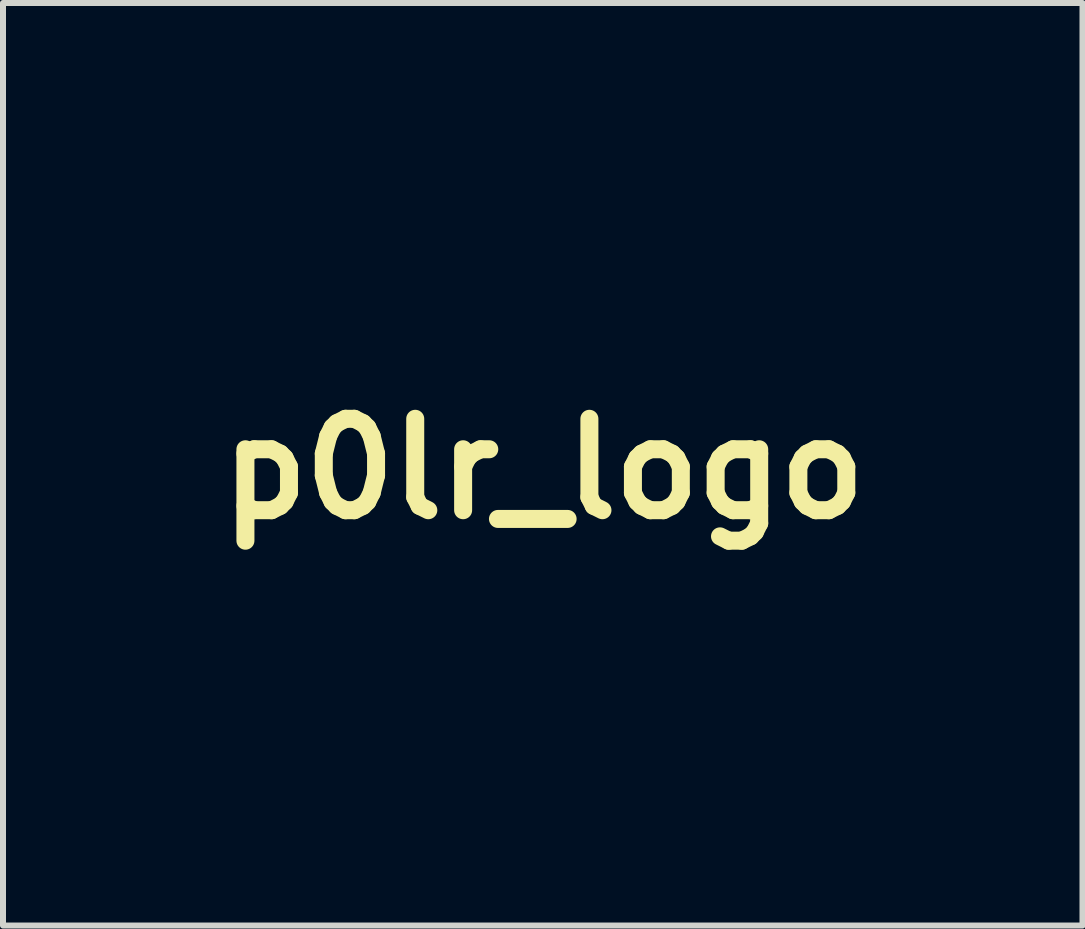
<source format=kicad_pcb>
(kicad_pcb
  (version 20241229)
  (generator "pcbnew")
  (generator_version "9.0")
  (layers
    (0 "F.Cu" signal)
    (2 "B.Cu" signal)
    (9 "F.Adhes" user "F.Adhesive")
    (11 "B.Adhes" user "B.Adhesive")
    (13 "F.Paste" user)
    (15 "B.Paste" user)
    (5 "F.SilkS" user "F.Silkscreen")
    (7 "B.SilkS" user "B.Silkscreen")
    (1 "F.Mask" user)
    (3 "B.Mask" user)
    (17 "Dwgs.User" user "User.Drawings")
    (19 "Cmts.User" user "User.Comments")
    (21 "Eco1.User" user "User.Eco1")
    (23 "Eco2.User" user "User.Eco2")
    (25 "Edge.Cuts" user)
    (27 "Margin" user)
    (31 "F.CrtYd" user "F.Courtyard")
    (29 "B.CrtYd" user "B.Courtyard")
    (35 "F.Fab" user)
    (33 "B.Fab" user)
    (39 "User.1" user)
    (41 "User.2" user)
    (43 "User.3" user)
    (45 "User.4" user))
  (footprint "p0lr_logo"
    (layer "F.Cu")
    (at 6.012 4.765)
    (property "Reference" "p0lr_logo" (at 0 0 0) (layer "F.SilkS") (effects (font (size 1.524 1.524) (thickness 0.3))))
    (attr board_only exclude_from_pos_files exclude_from_bom)
    (fp_poly (pts (xy 1.951 4.301) (xy 2.002 4.325) (xy 2.051 4.338) (xy 2.122 4.346) (xy 2.175 4.348) (xy 2.296 4.348) (xy 2.296 4.552) (xy 1.118 4.552) (xy 1.118 4.348) (xy 1.238 4.348) (xy 1.314 4.345) (xy 1.367 4.332) (xy 1.411 4.304) (xy 1.421 4.296) (xy 1.483 4.243) (xy 1.483 1.402) (xy 1.118 1.402) (xy 1.118 1.201) (xy 1.295 1.148) (xy 1.388 1.12) (xy 1.477 1.093) (xy 1.548 1.071) (xy 1.563 1.066) (xy 1.631 1.051) (xy 1.719 1.04) (xy 1.802 1.036) (xy 1.951 1.036)) (stroke (width 0) (type solid)) (fill yes) (layer "F.Mask"))
    (fp_poly (pts (xy 4.061 2.205) (xy 4.116 2.215) (xy 4.206 2.24) (xy 4.206 2.764) (xy 4.098 2.764) (xy 4.024 2.759) (xy 3.978 2.744) (xy 3.95 2.721) (xy 3.868 2.656) (xy 3.773 2.63) (xy 3.668 2.64) (xy 3.554 2.688) (xy 3.433 2.772) (xy 3.363 2.836) (xy 3.272 2.925) (xy 3.272 4.283) (xy 3.319 4.314) (xy 3.361 4.33) (xy 3.431 4.346) (xy 3.514 4.358) (xy 3.532 4.36) (xy 3.698 4.374) (xy 3.698 4.552) (xy 2.479 4.552) (xy 2.479 4.374) (xy 2.616 4.359) (xy 2.69 4.349) (xy 2.748 4.336) (xy 2.779 4.324) (xy 2.785 4.309) (xy 2.791 4.275) (xy 2.795 4.219) (xy 2.798 4.138) (xy 2.801 4.028) (xy 2.803 3.888) (xy 2.804 3.713) (xy 2.804 3.501) (xy 2.804 3.452) (xy 2.804 2.601) (xy 2.477 2.601) (xy 2.483 2.505) (xy 2.489 2.41) (xy 2.753 2.333) (xy 2.922 2.289) (xy 3.056 2.263) (xy 3.145 2.256) (xy 3.272 2.256) (xy 3.272 2.454) (xy 3.273 2.652) (xy 3.344 2.57) (xy 3.436 2.47) (xy 3.513 2.392) (xy 3.586 2.327) (xy 3.646 2.28) (xy 3.708 2.238) (xy 3.761 2.214) (xy 3.824 2.202) (xy 3.886 2.198) (xy 3.974 2.197)) (stroke (width 0) (type solid)) (fill yes) (layer "F.Mask"))
    (fp_poly (pts (xy -3.774 1.342) (xy -3.596 1.342) (xy -3.424 1.344) (xy -3.265 1.346) (xy -3.124 1.35) (xy -3.007 1.353) (xy -2.92 1.357) (xy -2.87 1.362) (xy -2.672 1.405) (xy -2.493 1.48) (xy -2.339 1.585) (xy -2.285 1.635) (xy -2.207 1.72) (xy -2.151 1.797) (xy -2.113 1.877) (xy -2.088 1.972) (xy -2.071 2.093) (xy -2.067 2.132) (xy -2.061 2.362) (xy -2.09 2.571) (xy -2.153 2.759) (xy -2.248 2.923) (xy -2.376 3.064) (xy -2.535 3.179) (xy -2.723 3.268) (xy -2.941 3.33) (xy -3.08 3.353) (xy -3.207 3.364) (xy -3.343 3.366) (xy -3.44 3.362) (xy -3.618 3.348) (xy -3.612 3.823) (xy -3.607 4.298) (xy -3.419 4.316) (xy -3.231 4.335) (xy -3.231 4.552) (xy -4.491 4.552) (xy -4.491 4.333) (xy -4.343 4.319) (xy -4.267 4.309) (xy -4.206 4.297) (xy -4.172 4.284) (xy -4.171 4.283) (xy -4.165 4.271) (xy -4.161 4.24) (xy -4.157 4.189) (xy -4.154 4.116) (xy -4.151 4.018) (xy -4.149 3.893) (xy -4.147 3.737) (xy -4.146 3.55) (xy -4.146 3.327) (xy -4.145 3.068) (xy -4.145 2.943) (xy -4.145 1.625) (xy -4.197 1.605) (xy -4.244 1.595) (xy -4.316 1.587) (xy -4.39 1.585) (xy -3.617 1.585) (xy -3.617 3.066) (xy -3.561 3.075) (xy -3.518 3.079) (xy -3.446 3.081) (xy -3.355 3.081) (xy -3.279 3.08) (xy -3.176 3.078) (xy -3.102 3.072) (xy -3.045 3.061) (xy -2.993 3.044) (xy -2.936 3.018) (xy -2.934 3.016) (xy -2.827 2.946) (xy -2.731 2.852) (xy -2.656 2.746) (xy -2.617 2.657) (xy -2.606 2.596) (xy -2.597 2.503) (xy -2.592 2.387) (xy -2.591 2.296) (xy -2.591 2.022) (xy -2.673 1.891) (xy -2.723 1.818) (xy -2.769 1.767) (xy -2.827 1.727) (xy -2.892 1.692) (xy -2.961 1.66) (xy -3.024 1.638) (xy -3.093 1.623) (xy -3.181 1.611) (xy -3.257 1.604) (xy -3.356 1.597) (xy -3.447 1.59) (xy -3.517 1.586) (xy -3.551 1.585) (xy -3.617 1.585) (xy -4.39 1.585) (xy -4.531 1.585) (xy -4.531 1.341)) (stroke (width 0) (type solid)) (fill yes) (layer "F.Mask"))
    (fp_poly (pts (xy -0.408 1.049) (xy -0.212 1.098) (xy -0.026 1.186) (xy 0.145 1.311) (xy 0.192 1.355) (xy 0.265 1.44) (xy 0.342 1.555) (xy 0.416 1.687) (xy 0.484 1.827) (xy 0.538 1.964) (xy 0.569 2.07) (xy 0.625 2.35) (xy 0.658 2.614) (xy 0.665 2.856) (xy 0.663 2.92) (xy 0.635 3.209) (xy 0.587 3.477) (xy 0.519 3.721) (xy 0.432 3.938) (xy 0.327 4.125) (xy 0.212 4.272) (xy 0.134 4.343) (xy 0.035 4.417) (xy -0.073 4.487) (xy -0.178 4.544) (xy -0.266 4.581) (xy -0.27 4.582) (xy -0.362 4.6) (xy -0.478 4.61) (xy -0.605 4.612) (xy -0.729 4.606) (xy -0.838 4.593) (xy -0.904 4.576) (xy -0.98 4.542) (xy -1.072 4.49) (xy -1.17 4.427) (xy -1.265 4.359) (xy -1.348 4.292) (xy -1.408 4.234) (xy -1.428 4.209) (xy -1.534 4.033) (xy -1.624 3.849) (xy -1.695 3.67) (xy -1.721 3.584) (xy -1.737 3.519) (xy -1.75 3.46) (xy -1.76 3.401) (xy -1.767 3.334) (xy -1.773 3.253) (xy -1.777 3.152) (xy -1.78 3.023) (xy -1.782 2.865) (xy -1.784 2.691) (xy -1.784 2.549) (xy -1.784 2.549) (xy -1.237 2.549) (xy -1.237 2.699) (xy -1.235 2.881) (xy -1.235 2.906) (xy -1.233 3.076) (xy -1.23 3.211) (xy -1.227 3.317) (xy -1.223 3.399) (xy -1.218 3.465) (xy -1.21 3.518) (xy -1.2 3.566) (xy -1.187 3.614) (xy -1.174 3.658) (xy -1.121 3.822) (xy -1.073 3.951) (xy -1.025 4.052) (xy -0.976 4.131) (xy -0.92 4.194) (xy -0.856 4.246) (xy -0.821 4.269) (xy -0.707 4.325) (xy -0.601 4.345) (xy -0.493 4.329) (xy -0.393 4.286) (xy -0.299 4.232) (xy -0.223 4.174) (xy -0.161 4.107) (xy -0.109 4.023) (xy -0.061 3.916) (xy -0.013 3.779) (xy 0.012 3.698) (xy 0.089 3.444) (xy 0.089 2.225) (xy 0.021 2.002) (xy -0.027 1.85) (xy -0.073 1.73) (xy -0.12 1.635) (xy -0.173 1.555) (xy -0.236 1.483) (xy -0.264 1.455) (xy -0.354 1.381) (xy -0.442 1.338) (xy -0.539 1.322) (xy -0.658 1.331) (xy -0.7 1.338) (xy -0.773 1.354) (xy -0.825 1.377) (xy -0.873 1.418) (xy -0.91 1.457) (xy -0.969 1.527) (xy -1.015 1.594) (xy -1.054 1.669) (xy -1.091 1.763) (xy -1.132 1.886) (xy -1.134 1.89) (xy -1.164 1.988) (xy -1.188 2.074) (xy -1.207 2.154) (xy -1.22 2.236) (xy -1.23 2.324) (xy -1.235 2.426) (xy -1.237 2.549) (xy -1.784 2.549) (xy -1.781 2.432) (xy -1.773 2.332) (xy -1.758 2.242) (xy -1.737 2.152) (xy -1.708 2.055) (xy -1.668 1.944) (xy -1.622 1.818) (xy -1.563 1.678) (xy -1.5 1.564) (xy -1.423 1.46) (xy -1.321 1.352) (xy -1.297 1.328) (xy -1.164 1.217) (xy -1.029 1.137) (xy -0.878 1.081) (xy -0.825 1.068) (xy -0.613 1.039)) (stroke (width 0) (type solid)) (fill yes) (layer "F.Mask"))
    (fp_poly (pts (xy -2.187 -4.764) (xy -2.069 -4.763) (xy -2.012 -4.762) (xy -1.877 -4.758) (xy -1.752 -4.753) (xy -1.644 -4.747) (xy -1.559 -4.741) (xy -1.506 -4.734) (xy -1.498 -4.733) (xy -1.427 -4.72) (xy -1.346 -4.715) (xy -1.325 -4.715) (xy -1.247 -4.712) (xy -1.157 -4.702) (xy -1.118 -4.695) (xy -1.041 -4.684) (xy -0.943 -4.675) (xy -0.845 -4.67) (xy -0.838 -4.67) (xy -0.761 -4.666) (xy -0.703 -4.66) (xy -0.673 -4.653) (xy -0.671 -4.65) (xy -0.652 -4.641) (xy -0.607 -4.636) (xy -0.584 -4.636) (xy -0.514 -4.633) (xy -0.428 -4.624) (xy -0.376 -4.616) (xy -0.314 -4.607) (xy -0.222 -4.595) (xy -0.109 -4.582) (xy 0.016 -4.569) (xy 0.102 -4.561) (xy 0.306 -4.544) (xy 0.48 -4.538) (xy 0.631 -4.541) (xy 0.769 -4.556) (xy 0.901 -4.58) (xy 0.914 -4.583) (xy 1 -4.603) (xy 1.086 -4.621) (xy 1.138 -4.631) (xy 1.199 -4.642) (xy 1.285 -4.657) (xy 1.383 -4.674) (xy 1.429 -4.682) (xy 1.623 -4.707) (xy 1.823 -4.71) (xy 1.846 -4.709) (xy 1.955 -4.702) (xy 2.065 -4.691) (xy 2.169 -4.678) (xy 2.257 -4.663) (xy 2.322 -4.648) (xy 2.355 -4.634) (xy 2.357 -4.632) (xy 2.382 -4.62) (xy 2.431 -4.607) (xy 2.443 -4.604) (xy 2.492 -4.591) (xy 2.518 -4.575) (xy 2.52 -4.571) (xy 2.537 -4.556) (xy 2.569 -4.552) (xy 2.612 -4.545) (xy 2.63 -4.534) (xy 2.656 -4.518) (xy 2.704 -4.506) (xy 2.707 -4.505) (xy 2.764 -4.494) (xy 2.84 -4.477) (xy 2.896 -4.464) (xy 3.033 -4.436) (xy 3.199 -4.414) (xy 3.382 -4.398) (xy 3.572 -4.39) (xy 3.647 -4.389) (xy 3.739 -4.389) (xy 3.814 -4.388) (xy 3.864 -4.386) (xy 3.881 -4.384) (xy 3.875 -4.363) (xy 3.862 -4.316) (xy 3.85 -4.279) (xy 3.83 -4.209) (xy 3.822 -4.169) (xy 3.827 -4.15) (xy 3.845 -4.145) (xy 3.851 -4.145) (xy 3.878 -4.161) (xy 3.881 -4.175) (xy 3.891 -4.205) (xy 3.918 -4.26) (xy 3.957 -4.331) (xy 3.985 -4.38) (xy 4.049 -4.478) (xy 4.107 -4.547) (xy 4.169 -4.595) (xy 4.243 -4.629) (xy 4.279 -4.641) (xy 4.329 -4.637) (xy 4.377 -4.597) (xy 4.422 -4.529) (xy 4.459 -4.436) (xy 4.484 -4.326) (xy 4.488 -4.298) (xy 4.497 -4.238) (xy 4.512 -4.206) (xy 4.543 -4.19) (xy 4.587 -4.18) (xy 4.64 -4.166) (xy 4.67 -4.15) (xy 4.674 -4.144) (xy 4.69 -4.127) (xy 4.701 -4.125) (xy 4.734 -4.115) (xy 4.792 -4.089) (xy 4.865 -4.053) (xy 4.943 -4.01) (xy 5.016 -3.968) (xy 5.074 -3.93) (xy 5.08 -3.925) (xy 5.137 -3.879) (xy 5.185 -3.833) (xy 5.221 -3.792) (xy 5.239 -3.762) (xy 5.237 -3.748) (xy 5.21 -3.755) (xy 5.203 -3.758) (xy 5.151 -3.777) (xy 5.113 -3.774) (xy 5.1 -3.753) (xy 5.118 -3.73) (xy 5.161 -3.706) (xy 5.177 -3.7) (xy 5.22 -3.684) (xy 5.294 -3.656) (xy 5.39 -3.62) (xy 5.501 -3.579) (xy 5.601 -3.541) (xy 5.73 -3.492) (xy 5.825 -3.453) (xy 5.892 -3.423) (xy 5.936 -3.398) (xy 5.961 -3.376) (xy 5.972 -3.36) (xy 5.981 -3.311) (xy 5.972 -3.264) (xy 5.947 -3.234) (xy 5.934 -3.231) (xy 5.914 -3.214) (xy 5.902 -3.187) (xy 5.878 -3.141) (xy 5.84 -3.095) (xy 5.801 -3.043) (xy 5.778 -2.991) (xy 5.743 -2.925) (xy 5.682 -2.87) (xy 5.609 -2.837) (xy 5.598 -2.835) (xy 5.556 -2.83) (xy 5.483 -2.823) (xy 5.387 -2.815) (xy 5.279 -2.807) (xy 5.243 -2.805) (xy 4.868 -2.767) (xy 4.493 -2.706) (xy 4.128 -2.625) (xy 3.787 -2.526) (xy 3.736 -2.508) (xy 3.617 -2.467) (xy 3.531 -2.434) (xy 3.472 -2.409) (xy 3.434 -2.388) (xy 3.413 -2.369) (xy 3.408 -2.362) (xy 3.375 -2.34) (xy 3.355 -2.337) (xy 3.316 -2.324) (xy 3.269 -2.291) (xy 3.263 -2.286) (xy 3.223 -2.253) (xy 3.196 -2.236) (xy 3.193 -2.235) (xy 3.168 -2.223) (xy 3.137 -2.197) (xy 3.086 -2.157) (xy 3.048 -2.134) (xy 3.003 -2.108) (xy 2.978 -2.091) (xy 2.908 -2.034) (xy 2.863 -1.996) (xy 2.839 -1.967) (xy 2.83 -1.937) (xy 2.831 -1.899) (xy 2.836 -1.852) (xy 2.853 -1.697) (xy 2.873 -1.546) (xy 2.894 -1.409) (xy 2.915 -1.293) (xy 2.934 -1.208) (xy 2.936 -1.199) (xy 2.959 -1.119) (xy 2.986 -1.023) (xy 3.008 -0.941) (xy 3.032 -0.861) (xy 3.065 -0.763) (xy 3.102 -0.657) (xy 3.14 -0.556) (xy 3.174 -0.468) (xy 3.201 -0.405) (xy 3.207 -0.393) (xy 3.224 -0.361) (xy 3.254 -0.301) (xy 3.294 -0.221) (xy 3.339 -0.13) (xy 3.343 -0.122) (xy 3.389 -0.031) (xy 3.431 0.049) (xy 3.465 0.11) (xy 3.486 0.143) (xy 3.487 0.144) (xy 3.51 0.181) (xy 3.515 0.2) (xy 3.526 0.222) (xy 3.531 0.224) (xy 3.549 0.24) (xy 3.569 0.281) (xy 3.57 0.284) (xy 3.602 0.334) (xy 3.634 0.345) (xy 3.679 0.361) (xy 3.702 0.383) (xy 3.742 0.41) (xy 3.821 0.433) (xy 3.876 0.444) (xy 3.991 0.469) (xy 4.094 0.503) (xy 4.178 0.544) (xy 4.234 0.587) (xy 4.255 0.621) (xy 4.262 0.641) (xy 4.275 0.655) (xy 4.3 0.664) (xy 4.346 0.669) (xy 4.419 0.673) (xy 4.516 0.675) (xy 4.765 0.681) (xy 4.771 0.77) (xy 4.77 0.84) (xy 4.752 0.876) (xy 4.751 0.877) (xy 4.729 0.878) (xy 4.667 0.879) (xy 4.569 0.881) (xy 4.435 0.882) (xy 4.267 0.883) (xy 4.066 0.885) (xy 3.835 0.886) (xy 3.576 0.887) (xy 3.289 0.888) (xy 2.977 0.889) (xy 2.641 0.89) (xy 2.283 0.891) (xy 1.904 0.892) (xy 1.507 0.892) (xy 1.093 0.893) (xy 0.663 0.893) (xy 0.22 0.894) (xy -0.236 0.894) (xy -0.636 0.894) (xy -1.196 0.894) (xy -1.717 0.894) (xy -2.201 0.894) (xy -2.647 0.893) (xy -3.059 0.893) (xy -3.437 0.893) (xy -3.782 0.892) (xy -4.096 0.892) (xy -4.381 0.891) (xy -4.637 0.891) (xy -4.866 0.89) (xy -5.069 0.889) (xy -5.248 0.888) (xy -5.405 0.886) (xy -5.539 0.885) (xy -5.654 0.883) (xy -5.749 0.882) (xy -5.828 0.88) (xy -5.89 0.878) (xy -5.937 0.875) (xy -5.971 0.873) (xy -5.993 0.87) (xy -6.004 0.868) (xy -6.007 0.866) (xy -6.012 0.828) (xy -6.012 0.771) (xy -6.011 0.759) (xy -6.005 0.681) (xy -5.751 0.675) (xy -5.653 0.671) (xy -5.569 0.666) (xy -5.509 0.659) (xy -5.48 0.652) (xy -5.479 0.651) (xy -5.475 0.623) (xy -5.485 0.568) (xy -5.491 0.548) (xy -4.288 0.548) (xy -4.287 0.613) (xy -4.277 0.653) (xy -4.274 0.657) (xy -4.249 0.662) (xy -4.193 0.667) (xy -4.113 0.67) (xy -4.028 0.671) (xy -3.928 0.67) (xy -3.862 0.669) (xy -3.824 0.664) (xy -3.806 0.656) (xy -3.803 0.641) (xy -3.806 0.625) (xy -3.843 0.431) (xy -3.856 0.263) (xy -3.846 0.132) (xy -3.843 0.115) (xy -2.678 0.115) (xy -2.662 0.23) (xy -2.623 0.329) (xy -2.559 0.42) (xy -2.501 0.481) (xy -2.445 0.533) (xy -2.399 0.571) (xy -2.371 0.589) (xy -2.368 0.589) (xy -2.339 0.603) (xy -2.311 0.63) (xy -2.302 0.639) (xy -2.29 0.647) (xy -2.272 0.653) (xy -2.244 0.658) (xy -2.202 0.662) (xy -2.144 0.665) (xy -2.066 0.667) (xy -1.965 0.669) (xy -1.837 0.67) (xy -1.678 0.67) (xy -1.487 0.671) (xy -1.258 0.671) (xy -1.235 0.671) (xy -0.193 0.671) (xy -0.195 0.537) (xy 1.094 0.537) (xy 1.118 0.545) (xy 1.172 0.551) (xy 1.25 0.558) (xy 1.332 0.566) (xy 1.397 0.575) (xy 1.436 0.583) (xy 1.443 0.586) (xy 1.466 0.603) (xy 1.511 0.628) (xy 1.524 0.634) (xy 1.567 0.645) (xy 1.639 0.655) (xy 1.734 0.663) (xy 1.844 0.668) (xy 1.964 0.672) (xy 2.086 0.673) (xy 2.204 0.672) (xy 2.31 0.669) (xy 2.399 0.664) (xy 2.463 0.656) (xy 2.496 0.646) (xy 2.499 0.641) (xy 2.482 0.612) (xy 2.459 0.599) (xy 2.426 0.581) (xy 2.418 0.568) (xy 2.402 0.549) (xy 2.397 0.549) (xy 2.371 0.536) (xy 2.328 0.503) (xy 2.3 0.479) (xy 2.241 0.426) (xy 2.182 0.377) (xy 2.164 0.362) (xy 2.114 0.318) (xy 2.055 0.261) (xy 2.029 0.234) (xy 1.971 0.17) (xy 1.906 0.098) (xy 1.872 0.061) (xy 1.828 0.008) (xy 1.797 -0.035) (xy 1.788 -0.056) (xy 1.775 -0.079) (xy 1.768 -0.081) (xy 1.749 -0.097) (xy 1.748 -0.108) (xy 1.735 -0.141) (xy 1.707 -0.178) (xy 1.678 -0.215) (xy 1.666 -0.24) (xy 1.656 -0.267) (xy 1.629 -0.313) (xy 1.613 -0.337) (xy 1.581 -0.389) (xy 1.571 -0.427) (xy 1.579 -0.471) (xy 1.584 -0.487) (xy 1.606 -0.542) (xy 1.64 -0.617) (xy 1.682 -0.704) (xy 1.728 -0.793) (xy 1.773 -0.878) (xy 1.814 -0.95) (xy 1.845 -1.001) (xy 1.863 -1.022) (xy 1.886 -1.051) (xy 1.886 -1.082) (xy 1.861 -1.097) (xy 1.859 -1.097) (xy 1.828 -1.081) (xy 1.805 -1.046) (xy 1.783 -1.009) (xy 1.767 -0.996) (xy 1.75 -0.979) (xy 1.729 -0.938) (xy 1.727 -0.935) (xy 1.706 -0.893) (xy 1.69 -0.874) (xy 1.689 -0.874) (xy 1.673 -0.857) (xy 1.651 -0.817) (xy 1.65 -0.815) (xy 1.615 -0.756) (xy 1.577 -0.708) (xy 1.54 -0.662) (xy 1.499 -0.597) (xy 1.479 -0.559) (xy 1.44 -0.483) (xy 1.395 -0.395) (xy 1.364 -0.335) (xy 1.331 -0.266) (xy 1.308 -0.205) (xy 1.301 -0.168) (xy 1.294 -0.132) (xy 1.283 -0.122) (xy 1.264 -0.105) (xy 1.254 -0.076) (xy 1.243 -0.035) (xy 1.225 0.032) (xy 1.204 0.111) (xy 1.201 0.122) (xy 1.18 0.213) (xy 1.165 0.305) (xy 1.159 0.378) (xy 1.159 0.379) (xy 1.155 0.446) (xy 1.141 0.486) (xy 1.113 0.513) (xy 1.113 0.513) (xy 1.094 0.527) (xy 1.094 0.537) (xy -0.195 0.537) (xy -0.2 0.269) (xy -0.202 0.134) (xy -0.202 0.017) (xy -0.199 -0.091) (xy -0.193 -0.198) (xy -0.184 -0.313) (xy -0.17 -0.444) (xy -0.151 -0.6) (xy -0.13 -0.762) (xy -0.109 -0.922) (xy -0.09 -1.047) (xy -0.072 -1.139) (xy -0.056 -1.204) (xy -0.039 -1.245) (xy -0.023 -1.266) (xy 0.009 -1.281) (xy 0.071 -1.3) (xy 0.154 -1.321) (xy 0.248 -1.341) (xy 0.342 -1.36) (xy 0.428 -1.374) (xy 0.494 -1.381) (xy 0.513 -1.382) (xy 0.557 -1.391) (xy 0.569 -1.415) (xy 0.565 -1.428) (xy 0.551 -1.437) (xy 0.519 -1.441) (xy 0.464 -1.443) (xy 0.38 -1.441) (xy 0.269 -1.437) (xy 0.137 -1.43) (xy 0.005 -1.418) (xy -0.119 -1.403) (xy -0.229 -1.386) (xy -0.317 -1.368) (xy -0.376 -1.349) (xy -0.395 -1.339) (xy -0.428 -1.326) (xy -0.479 -1.321) (xy -0.482 -1.321) (xy -0.527 -1.316) (xy -0.548 -1.305) (xy -0.549 -1.303) (xy -0.567 -1.292) (xy -0.615 -1.282) (xy -0.667 -1.275) (xy -0.739 -1.266) (xy -0.799 -1.253) (xy -0.825 -1.243) (xy -0.863 -1.231) (xy -0.938 -1.217) (xy -1.045 -1.2) (xy -1.18 -1.181) (xy -1.34 -1.162) (xy -1.52 -1.142) (xy -1.555 -1.138) (xy -1.742 -1.127) (xy -1.923 -1.135) (xy -1.958 -1.139) (xy -2.069 -1.148) (xy -2.145 -1.148) (xy -2.191 -1.136) (xy -2.212 -1.112) (xy -2.215 -1.095) (xy -2.227 -1.068) (xy -2.248 -1.038) (xy -2.279 -0.995) (xy -2.323 -0.924) (xy -2.377 -0.831) (xy -2.435 -0.724) (xy -2.494 -0.612) (xy -2.509 -0.583) (xy -2.576 -0.443) (xy -2.622 -0.324) (xy -2.653 -0.214) (xy -2.671 -0.102) (xy -2.677 -0.028) (xy -2.678 0.115) (xy -3.843 0.115) (xy -3.831 0.059) (xy -3.812 0.000112) (xy -3.797 -0.03) (xy -3.765 -0.068) (xy -3.729 -0.114) (xy -3.695 -0.154) (xy -3.643 -0.211) (xy -3.58 -0.276) (xy -3.561 -0.296) (xy -3.504 -0.355) (xy -3.46 -0.405) (xy -3.437 -0.438) (xy -3.434 -0.445) (xy -3.447 -0.466) (xy -3.482 -0.459) (xy -3.532 -0.427) (xy -3.54 -0.42) (xy -3.596 -0.374) (xy -3.65 -0.334) (xy -3.707 -0.29) (xy -3.754 -0.249) (xy -3.789 -0.218) (xy -3.811 -0.203) (xy -3.812 -0.203) (xy -3.836 -0.189) (xy -3.876 -0.154) (xy -3.922 -0.109) (xy -3.963 -0.063) (xy -3.99 -0.026) (xy -3.994 -0.017) (xy -4.015 0.014) (xy -4.031 0.02) (xy -4.059 0.037) (xy -4.1 0.081) (xy -4.147 0.143) (xy -4.193 0.214) (xy -4.231 0.285) (xy -4.249 0.325) (xy -4.268 0.392) (xy -4.281 0.47) (xy -4.288 0.548) (xy -5.491 0.548) (xy -5.495 0.532) (xy -5.518 0.432) (xy -5.532 0.307) (xy -5.535 0.17) (xy -5.53 0.03) (xy -5.515 -0.1) (xy -5.493 -0.21) (xy -5.469 -0.274) (xy -5.44 -0.342) (xy -5.407 -0.425) (xy -5.392 -0.467) (xy -5.369 -0.53) (xy -5.35 -0.575) (xy -5.34 -0.59) (xy -5.325 -0.613) (xy -5.298 -0.664) (xy -5.264 -0.734) (xy -5.228 -0.812) (xy -5.193 -0.89) (xy -5.165 -0.958) (xy -5.153 -0.989) (xy -5.123 -1.058) (xy -5.083 -1.13) (xy -5.072 -1.146) (xy -5.04 -1.204) (xy -5.021 -1.257) (xy -5.019 -1.273) (xy -5.012 -1.31) (xy -4.999 -1.321) (xy -4.981 -1.337) (xy -4.978 -1.352) (xy -4.962 -1.386) (xy -4.948 -1.395) (xy -4.922 -1.422) (xy -4.917 -1.445) (xy -4.91 -1.477) (xy -4.9 -1.483) (xy -4.882 -1.5) (xy -4.857 -1.543) (xy -4.846 -1.566) (xy -4.828 -1.607) (xy -4.82 -1.641) (xy -4.821 -1.681) (xy -4.831 -1.737) (xy -4.85 -1.82) (xy -4.852 -1.825) (xy -4.914 -2.11) (xy -4.953 -2.367) (xy -4.971 -2.602) (xy -4.967 -2.821) (xy -4.941 -3.03) (xy -4.905 -3.197) (xy -4.89 -3.265) (xy -4.883 -3.32) (xy -4.885 -3.345) (xy -4.88 -3.377) (xy -4.866 -3.386) (xy -4.84 -3.414) (xy -4.836 -3.431) (xy -4.827 -3.466) (xy -4.806 -3.521) (xy -4.778 -3.582) (xy -4.751 -3.633) (xy -4.733 -3.658) (xy -4.716 -3.68) (xy -4.69 -3.725) (xy -4.682 -3.738) (xy -4.612 -3.847) (xy -4.549 -3.922) (xy -4.516 -3.964) (xy -4.481 -4.018) (xy -4.479 -4.021) (xy -4.449 -4.063) (xy -4.423 -4.084) (xy -4.419 -4.084) (xy -4.397 -4.094) (xy -4.356 -4.124) (xy -4.293 -4.178) (xy -4.205 -4.258) (xy -4.205 -4.258) (xy -4.168 -4.282) (xy -4.149 -4.288) (xy -4.126 -4.301) (xy -4.125 -4.308) (xy -4.109 -4.326) (xy -4.097 -4.328) (xy -4.064 -4.34) (xy -4.018 -4.369) (xy -4.011 -4.374) (xy -3.952 -4.413) (xy -3.892 -4.443) (xy -3.843 -4.462) (xy -3.771 -4.492) (xy -3.691 -4.525) (xy -3.683 -4.528) (xy -3.601 -4.561) (xy -3.522 -4.588) (xy -3.463 -4.604) (xy -3.46 -4.604) (xy -3.405 -4.616) (xy -3.367 -4.628) (xy -3.363 -4.63) (xy -3.35 -4.636) (xy -3.33 -4.641) (xy -3.298 -4.646) (xy -3.246 -4.65) (xy -3.17 -4.654) (xy -3.064 -4.66) (xy -2.967 -4.665) (xy -2.839 -4.668) (xy -2.715 -4.668) (xy -2.61 -4.663) (xy -2.55 -4.657) (xy -2.397 -4.634) (xy -2.264 -4.611) (xy -2.155 -4.59) (xy -2.074 -4.572) (xy -2.027 -4.557) (xy -2.015 -4.55) (xy -1.992 -4.534) (xy -1.969 -4.531) (xy -1.916 -4.522) (xy -1.895 -4.514) (xy -1.844 -4.492) (xy -1.757 -4.46) (xy -1.633 -4.417) (xy -1.534 -4.383) (xy -1.47 -4.359) (xy -1.423 -4.338) (xy -1.405 -4.325) (xy -1.382 -4.311) (xy -1.36 -4.308) (xy -1.328 -4.3) (xy -1.321 -4.29) (xy -1.304 -4.272) (xy -1.26 -4.246) (xy -1.224 -4.229) (xy -1.093 -4.165) (xy -0.945 -4.084) (xy -0.794 -3.995) (xy -0.654 -3.905) (xy -0.611 -3.876) (xy -0.539 -3.827) (xy -0.478 -3.788) (xy -0.437 -3.764) (xy -0.425 -3.759) (xy -0.405 -3.77) (xy -0.412 -3.799) (xy -0.444 -3.838) (xy -0.493 -3.878) (xy -0.558 -3.926) (xy -0.621 -3.975) (xy -0.64 -3.991) (xy -0.692 -4.032) (xy -0.768 -4.083) (xy -0.858 -4.142) (xy -0.956 -4.202) (xy -1.052 -4.259) (xy -1.139 -4.308) (xy -1.208 -4.343) (xy -1.252 -4.361) (xy -1.289 -4.377) (xy -1.3 -4.391) (xy -1.317 -4.408) (xy -1.326 -4.409) (xy -1.359 -4.418) (xy -1.41 -4.441) (xy -1.428 -4.45) (xy -1.48 -4.475) (xy -1.517 -4.49) (xy -1.524 -4.491) (xy -1.554 -4.499) (xy -1.605 -4.518) (xy -1.631 -4.53) (xy -1.706 -4.56) (xy -1.783 -4.587) (xy -1.798 -4.592) (xy -1.861 -4.611) (xy -1.912 -4.629) (xy -1.92 -4.632) (xy -2.007 -4.661) (xy -2.128 -4.695) (xy -2.274 -4.732) (xy -2.408 -4.762) (xy -2.401 -4.764) (xy -2.358 -4.765) (xy -2.285 -4.765)) (stroke (width 0) (type solid)) (fill yes) (layer "F.Mask")))
  (gr_rect
    (start -3 -3)
    (end 14.993 12.377)
    (stroke (width 0.1) (type default))
    (fill no)
    (layer "Edge.Cuts")))
</source>
